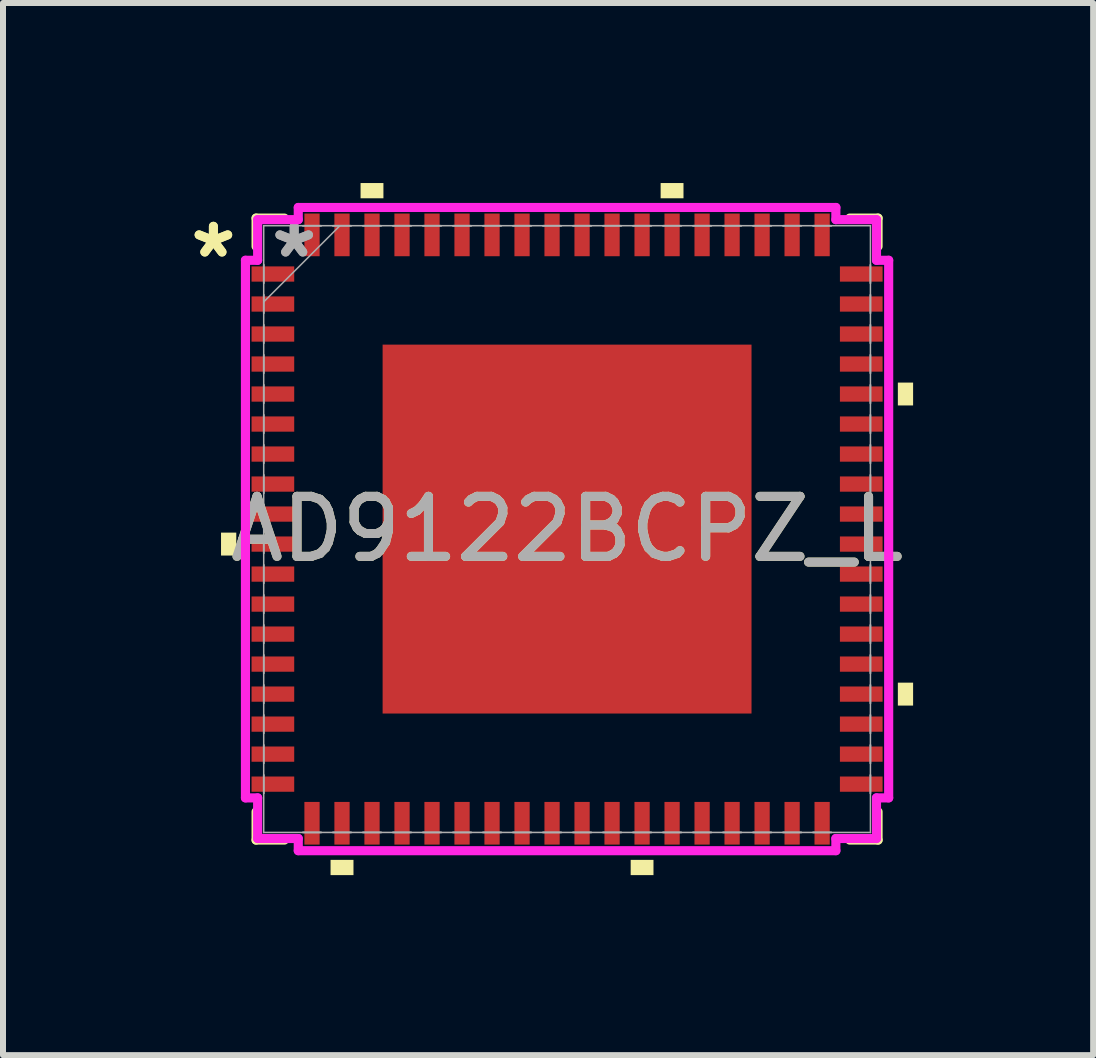
<source format=kicad_pcb>
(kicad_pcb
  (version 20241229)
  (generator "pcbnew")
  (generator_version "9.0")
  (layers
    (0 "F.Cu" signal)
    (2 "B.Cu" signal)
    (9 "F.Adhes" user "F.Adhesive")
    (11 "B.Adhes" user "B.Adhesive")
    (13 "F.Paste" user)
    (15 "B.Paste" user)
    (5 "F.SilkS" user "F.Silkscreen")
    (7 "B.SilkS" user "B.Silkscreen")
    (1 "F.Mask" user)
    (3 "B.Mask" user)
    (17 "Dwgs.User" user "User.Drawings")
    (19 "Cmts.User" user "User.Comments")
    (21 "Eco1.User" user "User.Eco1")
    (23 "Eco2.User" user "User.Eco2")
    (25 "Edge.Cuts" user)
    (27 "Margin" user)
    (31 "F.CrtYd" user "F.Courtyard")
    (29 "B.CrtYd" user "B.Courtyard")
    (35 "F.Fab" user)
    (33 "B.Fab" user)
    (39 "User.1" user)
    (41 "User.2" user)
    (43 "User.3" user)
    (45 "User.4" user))
  (footprint "AD9122BCPZ_L"
    (layer "F.Cu")
    (at 6.399 5.766)
    (property "Reference" "AD9122BCPZ_L" (at 0 0 0) (unlocked yes) (layer "F.SilkS") (effects (font (size 1 1) (thickness 0.15))))
    (attr smd)
    (fp_line (start -5.182 -5.182) (end -5.182 -4.71) (stroke (width 0.152) (type solid)) (layer "F.SilkS"))
    (fp_line (start -5.182 4.71) (end -5.182 5.182) (stroke (width 0.152) (type solid)) (layer "F.SilkS"))
    (fp_line (start -5.182 5.182) (end -4.71 5.182) (stroke (width 0.152) (type solid)) (layer "F.SilkS"))
    (fp_line (start -4.71 -5.182) (end -5.182 -5.182) (stroke (width 0.152) (type solid)) (layer "F.SilkS"))
    (fp_line (start 4.71 5.182) (end 5.182 5.182) (stroke (width 0.152) (type solid)) (layer "F.SilkS"))
    (fp_line (start 5.182 -5.182) (end 4.71 -5.182) (stroke (width 0.152) (type solid)) (layer "F.SilkS"))
    (fp_line (start 5.182 -4.71) (end 5.182 -5.182) (stroke (width 0.152) (type solid)) (layer "F.SilkS"))
    (fp_line (start 5.182 5.182) (end 5.182 4.71) (stroke (width 0.152) (type solid)) (layer "F.SilkS"))
    (fp_poly (pts (xy -5.766 0.059) (xy -5.766 0.441) (xy -5.512 0.441) (xy -5.512 0.059)) (stroke (width 0) (type solid)) (fill yes) (layer "F.SilkS"))
    (fp_poly (pts (xy -3.941 5.512) (xy -3.941 5.766) (xy -3.559 5.766) (xy -3.559 5.512)) (stroke (width 0) (type solid)) (fill yes) (layer "F.SilkS"))
    (fp_poly (pts (xy -3.441 -5.512) (xy -3.441 -5.766) (xy -3.06 -5.766) (xy -3.06 -5.512)) (stroke (width 0) (type solid)) (fill yes) (layer "F.SilkS"))
    (fp_poly (pts (xy 1.06 5.512) (xy 1.06 5.766) (xy 1.44 5.766) (xy 1.44 5.512)) (stroke (width 0) (type solid)) (fill yes) (layer "F.SilkS"))
    (fp_poly (pts (xy 1.559 -5.512) (xy 1.559 -5.766) (xy 1.94 -5.766) (xy 1.94 -5.512)) (stroke (width 0) (type solid)) (fill yes) (layer "F.SilkS"))
    (fp_poly (pts (xy 5.766 -2.441) (xy 5.766 -2.06) (xy 5.512 -2.06) (xy 5.512 -2.441)) (stroke (width 0) (type solid)) (fill yes) (layer "F.SilkS"))
    (fp_poly (pts (xy 5.766 2.559) (xy 5.766 2.941) (xy 5.512 2.941) (xy 5.512 2.559)) (stroke (width 0) (type solid)) (fill yes) (layer "F.SilkS"))
    (fp_poly (pts (xy -2.973 -2.973) (xy -2.973 -1.637) (xy -1.637 -1.637) (xy -1.637 -2.973)) (stroke (width 0) (type solid)) (fill yes) (layer "F.Paste"))
    (fp_poly (pts (xy -2.973 -1.437) (xy -2.973 -0.1) (xy -1.637 -0.1) (xy -1.637 -1.437)) (stroke (width 0) (type solid)) (fill yes) (layer "F.Paste"))
    (fp_poly (pts (xy -2.973 0.1) (xy -2.973 1.437) (xy -1.637 1.437) (xy -1.637 0.1)) (stroke (width 0) (type solid)) (fill yes) (layer "F.Paste"))
    (fp_poly (pts (xy -2.973 1.637) (xy -2.973 2.973) (xy -1.637 2.973) (xy -1.637 1.637)) (stroke (width 0) (type solid)) (fill yes) (layer "F.Paste"))
    (fp_poly (pts (xy -1.437 -2.973) (xy -1.437 -1.637) (xy -0.1 -1.637) (xy -0.1 -2.973)) (stroke (width 0) (type solid)) (fill yes) (layer "F.Paste"))
    (fp_poly (pts (xy -1.437 -1.437) (xy -1.437 -0.1) (xy -0.1 -0.1) (xy -0.1 -1.437)) (stroke (width 0) (type solid)) (fill yes) (layer "F.Paste"))
    (fp_poly (pts (xy -1.437 0.1) (xy -1.437 1.437) (xy -0.1 1.437) (xy -0.1 0.1)) (stroke (width 0) (type solid)) (fill yes) (layer "F.Paste"))
    (fp_poly (pts (xy -1.437 1.637) (xy -1.437 2.973) (xy -0.1 2.973) (xy -0.1 1.637)) (stroke (width 0) (type solid)) (fill yes) (layer "F.Paste"))
    (fp_poly (pts (xy 0.1 -2.973) (xy 0.1 -1.637) (xy 1.437 -1.637) (xy 1.437 -2.973)) (stroke (width 0) (type solid)) (fill yes) (layer "F.Paste"))
    (fp_poly (pts (xy 0.1 -1.437) (xy 0.1 -0.1) (xy 1.437 -0.1) (xy 1.437 -1.437)) (stroke (width 0) (type solid)) (fill yes) (layer "F.Paste"))
    (fp_poly (pts (xy 0.1 0.1) (xy 0.1 1.437) (xy 1.437 1.437) (xy 1.437 0.1)) (stroke (width 0) (type solid)) (fill yes) (layer "F.Paste"))
    (fp_poly (pts (xy 0.1 1.637) (xy 0.1 2.973) (xy 1.437 2.973) (xy 1.437 1.637)) (stroke (width 0) (type solid)) (fill yes) (layer "F.Paste"))
    (fp_poly (pts (xy 1.637 -2.973) (xy 1.637 -1.637) (xy 2.973 -1.637) (xy 2.973 -2.973)) (stroke (width 0) (type solid)) (fill yes) (layer "F.Paste"))
    (fp_poly (pts (xy 1.637 -1.437) (xy 1.637 -0.1) (xy 2.973 -0.1) (xy 2.973 -1.437)) (stroke (width 0) (type solid)) (fill yes) (layer "F.Paste"))
    (fp_poly (pts (xy 1.637 0.1) (xy 1.637 1.437) (xy 2.973 1.437) (xy 2.973 0.1)) (stroke (width 0) (type solid)) (fill yes) (layer "F.Paste"))
    (fp_poly (pts (xy 1.637 1.637) (xy 1.637 2.973) (xy 2.973 2.973) (xy 2.973 1.637)) (stroke (width 0) (type solid)) (fill yes) (layer "F.Paste"))
    (fp_line (start -5.359 -4.479) (end -5.156 -4.479) (stroke (width 0.152) (type solid)) (layer "F.CrtYd"))
    (fp_line (start -5.359 4.479) (end -5.359 -4.479) (stroke (width 0.152) (type solid)) (layer "F.CrtYd"))
    (fp_line (start -5.156 -5.156) (end -4.479 -5.156) (stroke (width 0.152) (type solid)) (layer "F.CrtYd"))
    (fp_line (start -5.156 -4.479) (end -5.156 -5.156) (stroke (width 0.152) (type solid)) (layer "F.CrtYd"))
    (fp_line (start -5.156 4.479) (end -5.359 4.479) (stroke (width 0.152) (type solid)) (layer "F.CrtYd"))
    (fp_line (start -5.156 5.156) (end -5.156 4.479) (stroke (width 0.152) (type solid)) (layer "F.CrtYd"))
    (fp_line (start -4.479 -5.359) (end 4.479 -5.359) (stroke (width 0.152) (type solid)) (layer "F.CrtYd"))
    (fp_line (start -4.479 -5.156) (end -4.479 -5.359) (stroke (width 0.152) (type solid)) (layer "F.CrtYd"))
    (fp_line (start -4.479 5.156) (end -5.156 5.156) (stroke (width 0.152) (type solid)) (layer "F.CrtYd"))
    (fp_line (start -4.479 5.359) (end -4.479 5.156) (stroke (width 0.152) (type solid)) (layer "F.CrtYd"))
    (fp_line (start 4.479 -5.359) (end 4.479 -5.156) (stroke (width 0.152) (type solid)) (layer "F.CrtYd"))
    (fp_line (start 4.479 -5.156) (end 5.156 -5.156) (stroke (width 0.152) (type solid)) (layer "F.CrtYd"))
    (fp_line (start 4.479 5.156) (end 4.479 5.359) (stroke (width 0.152) (type solid)) (layer "F.CrtYd"))
    (fp_line (start 4.479 5.359) (end -4.479 5.359) (stroke (width 0.152) (type solid)) (layer "F.CrtYd"))
    (fp_line (start 5.156 -5.156) (end 5.156 -4.479) (stroke (width 0.152) (type solid)) (layer "F.CrtYd"))
    (fp_line (start 5.156 -4.479) (end 5.359 -4.479) (stroke (width 0.152) (type solid)) (layer "F.CrtYd"))
    (fp_line (start 5.156 4.479) (end 5.156 5.156) (stroke (width 0.152) (type solid)) (layer "F.CrtYd"))
    (fp_line (start 5.156 5.156) (end 4.479 5.156) (stroke (width 0.152) (type solid)) (layer "F.CrtYd"))
    (fp_line (start 5.359 -4.479) (end 5.359 4.479) (stroke (width 0.152) (type solid)) (layer "F.CrtYd"))
    (fp_line (start 5.359 4.479) (end 5.156 4.479) (stroke (width 0.152) (type solid)) (layer "F.CrtYd"))
    (fp_line (start -5.055 -5.055) (end -5.055 -5.055) (stroke (width 0.025) (type solid)) (layer "F.Fab"))
    (fp_line (start -5.055 -5.055) (end -5.055 5.055) (stroke (width 0.025) (type solid)) (layer "F.Fab"))
    (fp_line (start -5.055 -4.402) (end -5.055 -4.402) (stroke (width 0.025) (type solid)) (layer "F.Fab"))
    (fp_line (start -5.055 -4.402) (end -5.055 -4.098) (stroke (width 0.025) (type solid)) (layer "F.Fab"))
    (fp_line (start -5.055 -4.098) (end -5.055 -4.402) (stroke (width 0.025) (type solid)) (layer "F.Fab"))
    (fp_line (start -5.055 -4.098) (end -5.055 -4.098) (stroke (width 0.025) (type solid)) (layer "F.Fab"))
    (fp_line (start -5.055 -3.902) (end -5.055 -3.902) (stroke (width 0.025) (type solid)) (layer "F.Fab"))
    (fp_line (start -5.055 -3.902) (end -5.055 -3.598) (stroke (width 0.025) (type solid)) (layer "F.Fab"))
    (fp_line (start -5.055 -3.785) (end -3.785 -5.055) (stroke (width 0.025) (type solid)) (layer "F.Fab"))
    (fp_line (start -5.055 -3.598) (end -5.055 -3.902) (stroke (width 0.025) (type solid)) (layer "F.Fab"))
    (fp_line (start -5.055 -3.598) (end -5.055 -3.598) (stroke (width 0.025) (type solid)) (layer "F.Fab"))
    (fp_line (start -5.055 -3.402) (end -5.055 -3.402) (stroke (width 0.025) (type solid)) (layer "F.Fab"))
    (fp_line (start -5.055 -3.402) (end -5.055 -3.098) (stroke (width 0.025) (type solid)) (layer "F.Fab"))
    (fp_line (start -5.055 -3.098) (end -5.055 -3.402) (stroke (width 0.025) (type solid)) (layer "F.Fab"))
    (fp_line (start -5.055 -3.098) (end -5.055 -3.098) (stroke (width 0.025) (type solid)) (layer "F.Fab"))
    (fp_line (start -5.055 -2.902) (end -5.055 -2.902) (stroke (width 0.025) (type solid)) (layer "F.Fab"))
    (fp_line (start -5.055 -2.902) (end -5.055 -2.598) (stroke (width 0.025) (type solid)) (layer "F.Fab"))
    (fp_line (start -5.055 -2.598) (end -5.055 -2.902) (stroke (width 0.025) (type solid)) (layer "F.Fab"))
    (fp_line (start -5.055 -2.598) (end -5.055 -2.598) (stroke (width 0.025) (type solid)) (layer "F.Fab"))
    (fp_line (start -5.055 -2.402) (end -5.055 -2.402) (stroke (width 0.025) (type solid)) (layer "F.Fab"))
    (fp_line (start -5.055 -2.402) (end -5.055 -2.098) (stroke (width 0.025) (type solid)) (layer "F.Fab"))
    (fp_line (start -5.055 -2.098) (end -5.055 -2.402) (stroke (width 0.025) (type solid)) (layer "F.Fab"))
    (fp_line (start -5.055 -2.098) (end -5.055 -2.098) (stroke (width 0.025) (type solid)) (layer "F.Fab"))
    (fp_line (start -5.055 -1.902) (end -5.055 -1.902) (stroke (width 0.025) (type solid)) (layer "F.Fab"))
    (fp_line (start -5.055 -1.902) (end -5.055 -1.598) (stroke (width 0.025) (type solid)) (layer "F.Fab"))
    (fp_line (start -5.055 -1.598) (end -5.055 -1.902) (stroke (width 0.025) (type solid)) (layer "F.Fab"))
    (fp_line (start -5.055 -1.598) (end -5.055 -1.598) (stroke (width 0.025) (type solid)) (layer "F.Fab"))
    (fp_line (start -5.055 -1.402) (end -5.055 -1.402) (stroke (width 0.025) (type solid)) (layer "F.Fab"))
    (fp_line (start -5.055 -1.402) (end -5.055 -1.098) (stroke (width 0.025) (type solid)) (layer "F.Fab"))
    (fp_line (start -5.055 -1.098) (end -5.055 -1.402) (stroke (width 0.025) (type solid)) (layer "F.Fab"))
    (fp_line (start -5.055 -1.098) (end -5.055 -1.098) (stroke (width 0.025) (type solid)) (layer "F.Fab"))
    (fp_line (start -5.055 -0.902) (end -5.055 -0.902) (stroke (width 0.025) (type solid)) (layer "F.Fab"))
    (fp_line (start -5.055 -0.902) (end -5.055 -0.598) (stroke (width 0.025) (type solid)) (layer "F.Fab"))
    (fp_line (start -5.055 -0.598) (end -5.055 -0.902) (stroke (width 0.025) (type solid)) (layer "F.Fab"))
    (fp_line (start -5.055 -0.598) (end -5.055 -0.598) (stroke (width 0.025) (type solid)) (layer "F.Fab"))
    (fp_line (start -5.055 -0.402) (end -5.055 -0.402) (stroke (width 0.025) (type solid)) (layer "F.Fab"))
    (fp_line (start -5.055 -0.402) (end -5.055 -0.098) (stroke (width 0.025) (type solid)) (layer "F.Fab"))
    (fp_line (start -5.055 -0.098) (end -5.055 -0.402) (stroke (width 0.025) (type solid)) (layer "F.Fab"))
    (fp_line (start -5.055 -0.098) (end -5.055 -0.098) (stroke (width 0.025) (type solid)) (layer "F.Fab"))
    (fp_line (start -5.055 0.098) (end -5.055 0.098) (stroke (width 0.025) (type solid)) (layer "F.Fab"))
    (fp_line (start -5.055 0.098) (end -5.055 0.402) (stroke (width 0.025) (type solid)) (layer "F.Fab"))
    (fp_line (start -5.055 0.402) (end -5.055 0.098) (stroke (width 0.025) (type solid)) (layer "F.Fab"))
    (fp_line (start -5.055 0.402) (end -5.055 0.402) (stroke (width 0.025) (type solid)) (layer "F.Fab"))
    (fp_line (start -5.055 0.598) (end -5.055 0.598) (stroke (width 0.025) (type solid)) (layer "F.Fab"))
    (fp_line (start -5.055 0.598) (end -5.055 0.902) (stroke (width 0.025) (type solid)) (layer "F.Fab"))
    (fp_line (start -5.055 0.902) (end -5.055 0.598) (stroke (width 0.025) (type solid)) (layer "F.Fab"))
    (fp_line (start -5.055 0.902) (end -5.055 0.902) (stroke (width 0.025) (type solid)) (layer "F.Fab"))
    (fp_line (start -5.055 1.098) (end -5.055 1.098) (stroke (width 0.025) (type solid)) (layer "F.Fab"))
    (fp_line (start -5.055 1.098) (end -5.055 1.402) (stroke (width 0.025) (type solid)) (layer "F.Fab"))
    (fp_line (start -5.055 1.402) (end -5.055 1.098) (stroke (width 0.025) (type solid)) (layer "F.Fab"))
    (fp_line (start -5.055 1.402) (end -5.055 1.402) (stroke (width 0.025) (type solid)) (layer "F.Fab"))
    (fp_line (start -5.055 1.598) (end -5.055 1.598) (stroke (width 0.025) (type solid)) (layer "F.Fab"))
    (fp_line (start -5.055 1.598) (end -5.055 1.902) (stroke (width 0.025) (type solid)) (layer "F.Fab"))
    (fp_line (start -5.055 1.902) (end -5.055 1.598) (stroke (width 0.025) (type solid)) (layer "F.Fab"))
    (fp_line (start -5.055 1.902) (end -5.055 1.902) (stroke (width 0.025) (type solid)) (layer "F.Fab"))
    (fp_line (start -5.055 2.098) (end -5.055 2.098) (stroke (width 0.025) (type solid)) (layer "F.Fab"))
    (fp_line (start -5.055 2.098) (end -5.055 2.402) (stroke (width 0.025) (type solid)) (layer "F.Fab"))
    (fp_line (start -5.055 2.402) (end -5.055 2.098) (stroke (width 0.025) (type solid)) (layer "F.Fab"))
    (fp_line (start -5.055 2.402) (end -5.055 2.402) (stroke (width 0.025) (type solid)) (layer "F.Fab"))
    (fp_line (start -5.055 2.598) (end -5.055 2.598) (stroke (width 0.025) (type solid)) (layer "F.Fab"))
    (fp_line (start -5.055 2.598) (end -5.055 2.902) (stroke (width 0.025) (type solid)) (layer "F.Fab"))
    (fp_line (start -5.055 2.902) (end -5.055 2.598) (stroke (width 0.025) (type solid)) (layer "F.Fab"))
    (fp_line (start -5.055 2.902) (end -5.055 2.902) (stroke (width 0.025) (type solid)) (layer "F.Fab"))
    (fp_line (start -5.055 3.098) (end -5.055 3.098) (stroke (width 0.025) (type solid)) (layer "F.Fab"))
    (fp_line (start -5.055 3.098) (end -5.055 3.402) (stroke (width 0.025) (type solid)) (layer "F.Fab"))
    (fp_line (start -5.055 3.402) (end -5.055 3.098) (stroke (width 0.025) (type solid)) (layer "F.Fab"))
    (fp_line (start -5.055 3.402) (end -5.055 3.402) (stroke (width 0.025) (type solid)) (layer "F.Fab"))
    (fp_line (start -5.055 3.598) (end -5.055 3.598) (stroke (width 0.025) (type solid)) (layer "F.Fab"))
    (fp_line (start -5.055 3.598) (end -5.055 3.902) (stroke (width 0.025) (type solid)) (layer "F.Fab"))
    (fp_line (start -5.055 3.902) (end -5.055 3.598) (stroke (width 0.025) (type solid)) (layer "F.Fab"))
    (fp_line (start -5.055 3.902) (end -5.055 3.902) (stroke (width 0.025) (type solid)) (layer "F.Fab"))
    (fp_line (start -5.055 4.098) (end -5.055 4.098) (stroke (width 0.025) (type solid)) (layer "F.Fab"))
    (fp_line (start -5.055 4.098) (end -5.055 4.402) (stroke (width 0.025) (type solid)) (layer "F.Fab"))
    (fp_line (start -5.055 4.402) (end -5.055 4.098) (stroke (width 0.025) (type solid)) (layer "F.Fab"))
    (fp_line (start -5.055 4.402) (end -5.055 4.402) (stroke (width 0.025) (type solid)) (layer "F.Fab"))
    (fp_line (start -5.055 5.055) (end -5.055 5.055) (stroke (width 0.025) (type solid)) (layer "F.Fab"))
    (fp_line (start -5.055 5.055) (end 5.055 5.055) (stroke (width 0.025) (type solid)) (layer "F.Fab"))
    (fp_line (start -4.402 -5.055) (end -4.402 -5.055) (stroke (width 0.025) (type solid)) (layer "F.Fab"))
    (fp_line (start -4.402 -5.055) (end -4.098 -5.055) (stroke (width 0.025) (type solid)) (layer "F.Fab"))
    (fp_line (start -4.402 5.055) (end -4.402 5.055) (stroke (width 0.025) (type solid)) (layer "F.Fab"))
    (fp_line (start -4.402 5.055) (end -4.098 5.055) (stroke (width 0.025) (type solid)) (layer "F.Fab"))
    (fp_line (start -4.098 -5.055) (end -4.402 -5.055) (stroke (width 0.025) (type solid)) (layer "F.Fab"))
    (fp_line (start -4.098 -5.055) (end -4.098 -5.055) (stroke (width 0.025) (type solid)) (layer "F.Fab"))
    (fp_line (start -4.098 5.055) (end -4.402 5.055) (stroke (width 0.025) (type solid)) (layer "F.Fab"))
    (fp_line (start -4.098 5.055) (end -4.098 5.055) (stroke (width 0.025) (type solid)) (layer "F.Fab"))
    (fp_line (start -3.902 -5.055) (end -3.902 -5.055) (stroke (width 0.025) (type solid)) (layer "F.Fab"))
    (fp_line (start -3.902 -5.055) (end -3.598 -5.055) (stroke (width 0.025) (type solid)) (layer "F.Fab"))
    (fp_line (start -3.902 5.055) (end -3.902 5.055) (stroke (width 0.025) (type solid)) (layer "F.Fab"))
    (fp_line (start -3.902 5.055) (end -3.598 5.055) (stroke (width 0.025) (type solid)) (layer "F.Fab"))
    (fp_line (start -3.598 -5.055) (end -3.902 -5.055) (stroke (width 0.025) (type solid)) (layer "F.Fab"))
    (fp_line (start -3.598 -5.055) (end -3.598 -5.055) (stroke (width 0.025) (type solid)) (layer "F.Fab"))
    (fp_line (start -3.598 5.055) (end -3.902 5.055) (stroke (width 0.025) (type solid)) (layer "F.Fab"))
    (fp_line (start -3.598 5.055) (end -3.598 5.055) (stroke (width 0.025) (type solid)) (layer "F.Fab"))
    (fp_line (start -3.402 -5.055) (end -3.402 -5.055) (stroke (width 0.025) (type solid)) (layer "F.Fab"))
    (fp_line (start -3.402 -5.055) (end -3.098 -5.055) (stroke (width 0.025) (type solid)) (layer "F.Fab"))
    (fp_line (start -3.402 5.055) (end -3.402 5.055) (stroke (width 0.025) (type solid)) (layer "F.Fab"))
    (fp_line (start -3.402 5.055) (end -3.098 5.055) (stroke (width 0.025) (type solid)) (layer "F.Fab"))
    (fp_line (start -3.098 -5.055) (end -3.402 -5.055) (stroke (width 0.025) (type solid)) (layer "F.Fab"))
    (fp_line (start -3.098 -5.055) (end -3.098 -5.055) (stroke (width 0.025) (type solid)) (layer "F.Fab"))
    (fp_line (start -3.098 5.055) (end -3.402 5.055) (stroke (width 0.025) (type solid)) (layer "F.Fab"))
    (fp_line (start -3.098 5.055) (end -3.098 5.055) (stroke (width 0.025) (type solid)) (layer "F.Fab"))
    (fp_line (start -2.902 -5.055) (end -2.902 -5.055) (stroke (width 0.025) (type solid)) (layer "F.Fab"))
    (fp_line (start -2.902 -5.055) (end -2.598 -5.055) (stroke (width 0.025) (type solid)) (layer "F.Fab"))
    (fp_line (start -2.902 5.055) (end -2.902 5.055) (stroke (width 0.025) (type solid)) (layer "F.Fab"))
    (fp_line (start -2.902 5.055) (end -2.598 5.055) (stroke (width 0.025) (type solid)) (layer "F.Fab"))
    (fp_line (start -2.598 -5.055) (end -2.902 -5.055) (stroke (width 0.025) (type solid)) (layer "F.Fab"))
    (fp_line (start -2.598 -5.055) (end -2.598 -5.055) (stroke (width 0.025) (type solid)) (layer "F.Fab"))
    (fp_line (start -2.598 5.055) (end -2.902 5.055) (stroke (width 0.025) (type solid)) (layer "F.Fab"))
    (fp_line (start -2.598 5.055) (end -2.598 5.055) (stroke (width 0.025) (type solid)) (layer "F.Fab"))
    (fp_line (start -2.402 -5.055) (end -2.402 -5.055) (stroke (width 0.025) (type solid)) (layer "F.Fab"))
    (fp_line (start -2.402 -5.055) (end -2.098 -5.055) (stroke (width 0.025) (type solid)) (layer "F.Fab"))
    (fp_line (start -2.402 5.055) (end -2.402 5.055) (stroke (width 0.025) (type solid)) (layer "F.Fab"))
    (fp_line (start -2.402 5.055) (end -2.098 5.055) (stroke (width 0.025) (type solid)) (layer "F.Fab"))
    (fp_line (start -2.098 -5.055) (end -2.402 -5.055) (stroke (width 0.025) (type solid)) (layer "F.Fab"))
    (fp_line (start -2.098 -5.055) (end -2.098 -5.055) (stroke (width 0.025) (type solid)) (layer "F.Fab"))
    (fp_line (start -2.098 5.055) (end -2.402 5.055) (stroke (width 0.025) (type solid)) (layer "F.Fab"))
    (fp_line (start -2.098 5.055) (end -2.098 5.055) (stroke (width 0.025) (type solid)) (layer "F.Fab"))
    (fp_line (start -1.902 -5.055) (end -1.902 -5.055) (stroke (width 0.025) (type solid)) (layer "F.Fab"))
    (fp_line (start -1.902 -5.055) (end -1.598 -5.055) (stroke (width 0.025) (type solid)) (layer "F.Fab"))
    (fp_line (start -1.902 5.055) (end -1.902 5.055) (stroke (width 0.025) (type solid)) (layer "F.Fab"))
    (fp_line (start -1.902 5.055) (end -1.598 5.055) (stroke (width 0.025) (type solid)) (layer "F.Fab"))
    (fp_line (start -1.598 -5.055) (end -1.902 -5.055) (stroke (width 0.025) (type solid)) (layer "F.Fab"))
    (fp_line (start -1.598 -5.055) (end -1.598 -5.055) (stroke (width 0.025) (type solid)) (layer "F.Fab"))
    (fp_line (start -1.598 5.055) (end -1.902 5.055) (stroke (width 0.025) (type solid)) (layer "F.Fab"))
    (fp_line (start -1.598 5.055) (end -1.598 5.055) (stroke (width 0.025) (type solid)) (layer "F.Fab"))
    (fp_line (start -1.402 -5.055) (end -1.402 -5.055) (stroke (width 0.025) (type solid)) (layer "F.Fab"))
    (fp_line (start -1.402 -5.055) (end -1.098 -5.055) (stroke (width 0.025) (type solid)) (layer "F.Fab"))
    (fp_line (start -1.402 5.055) (end -1.402 5.055) (stroke (width 0.025) (type solid)) (layer "F.Fab"))
    (fp_line (start -1.402 5.055) (end -1.098 5.055) (stroke (width 0.025) (type solid)) (layer "F.Fab"))
    (fp_line (start -1.098 -5.055) (end -1.402 -5.055) (stroke (width 0.025) (type solid)) (layer "F.Fab"))
    (fp_line (start -1.098 -5.055) (end -1.098 -5.055) (stroke (width 0.025) (type solid)) (layer "F.Fab"))
    (fp_line (start -1.098 5.055) (end -1.402 5.055) (stroke (width 0.025) (type solid)) (layer "F.Fab"))
    (fp_line (start -1.098 5.055) (end -1.098 5.055) (stroke (width 0.025) (type solid)) (layer "F.Fab"))
    (fp_line (start -0.902 -5.055) (end -0.902 -5.055) (stroke (width 0.025) (type solid)) (layer "F.Fab"))
    (fp_line (start -0.902 -5.055) (end -0.598 -5.055) (stroke (width 0.025) (type solid)) (layer "F.Fab"))
    (fp_line (start -0.902 5.055) (end -0.902 5.055) (stroke (width 0.025) (type solid)) (layer "F.Fab"))
    (fp_line (start -0.902 5.055) (end -0.598 5.055) (stroke (width 0.025) (type solid)) (layer "F.Fab"))
    (fp_line (start -0.598 -5.055) (end -0.902 -5.055) (stroke (width 0.025) (type solid)) (layer "F.Fab"))
    (fp_line (start -0.598 -5.055) (end -0.598 -5.055) (stroke (width 0.025) (type solid)) (layer "F.Fab"))
    (fp_line (start -0.598 5.055) (end -0.902 5.055) (stroke (width 0.025) (type solid)) (layer "F.Fab"))
    (fp_line (start -0.598 5.055) (end -0.598 5.055) (stroke (width 0.025) (type solid)) (layer "F.Fab"))
    (fp_line (start -0.402 -5.055) (end -0.402 -5.055) (stroke (width 0.025) (type solid)) (layer "F.Fab"))
    (fp_line (start -0.402 -5.055) (end -0.098 -5.055) (stroke (width 0.025) (type solid)) (layer "F.Fab"))
    (fp_line (start -0.402 5.055) (end -0.402 5.055) (stroke (width 0.025) (type solid)) (layer "F.Fab"))
    (fp_line (start -0.402 5.055) (end -0.098 5.055) (stroke (width 0.025) (type solid)) (layer "F.Fab"))
    (fp_line (start -0.098 -5.055) (end -0.402 -5.055) (stroke (width 0.025) (type solid)) (layer "F.Fab"))
    (fp_line (start -0.098 -5.055) (end -0.098 -5.055) (stroke (width 0.025) (type solid)) (layer "F.Fab"))
    (fp_line (start -0.098 5.055) (end -0.402 5.055) (stroke (width 0.025) (type solid)) (layer "F.Fab"))
    (fp_line (start -0.098 5.055) (end -0.098 5.055) (stroke (width 0.025) (type solid)) (layer "F.Fab"))
    (fp_line (start 0.098 -5.055) (end 0.098 -5.055) (stroke (width 0.025) (type solid)) (layer "F.Fab"))
    (fp_line (start 0.098 -5.055) (end 0.402 -5.055) (stroke (width 0.025) (type solid)) (layer "F.Fab"))
    (fp_line (start 0.098 5.055) (end 0.098 5.055) (stroke (width 0.025) (type solid)) (layer "F.Fab"))
    (fp_line (start 0.098 5.055) (end 0.402 5.055) (stroke (width 0.025) (type solid)) (layer "F.Fab"))
    (fp_line (start 0.402 -5.055) (end 0.098 -5.055) (stroke (width 0.025) (type solid)) (layer "F.Fab"))
    (fp_line (start 0.402 -5.055) (end 0.402 -5.055) (stroke (width 0.025) (type solid)) (layer "F.Fab"))
    (fp_line (start 0.402 5.055) (end 0.098 5.055) (stroke (width 0.025) (type solid)) (layer "F.Fab"))
    (fp_line (start 0.402 5.055) (end 0.402 5.055) (stroke (width 0.025) (type solid)) (layer "F.Fab"))
    (fp_line (start 0.598 -5.055) (end 0.598 -5.055) (stroke (width 0.025) (type solid)) (layer "F.Fab"))
    (fp_line (start 0.598 -5.055) (end 0.902 -5.055) (stroke (width 0.025) (type solid)) (layer "F.Fab"))
    (fp_line (start 0.598 5.055) (end 0.598 5.055) (stroke (width 0.025) (type solid)) (layer "F.Fab"))
    (fp_line (start 0.598 5.055) (end 0.902 5.055) (stroke (width 0.025) (type solid)) (layer "F.Fab"))
    (fp_line (start 0.902 -5.055) (end 0.598 -5.055) (stroke (width 0.025) (type solid)) (layer "F.Fab"))
    (fp_line (start 0.902 -5.055) (end 0.902 -5.055) (stroke (width 0.025) (type solid)) (layer "F.Fab"))
    (fp_line (start 0.902 5.055) (end 0.598 5.055) (stroke (width 0.025) (type solid)) (layer "F.Fab"))
    (fp_line (start 0.902 5.055) (end 0.902 5.055) (stroke (width 0.025) (type solid)) (layer "F.Fab"))
    (fp_line (start 1.098 -5.055) (end 1.098 -5.055) (stroke (width 0.025) (type solid)) (layer "F.Fab"))
    (fp_line (start 1.098 -5.055) (end 1.402 -5.055) (stroke (width 0.025) (type solid)) (layer "F.Fab"))
    (fp_line (start 1.098 5.055) (end 1.098 5.055) (stroke (width 0.025) (type solid)) (layer "F.Fab"))
    (fp_line (start 1.098 5.055) (end 1.402 5.055) (stroke (width 0.025) (type solid)) (layer "F.Fab"))
    (fp_line (start 1.402 -5.055) (end 1.098 -5.055) (stroke (width 0.025) (type solid)) (layer "F.Fab"))
    (fp_line (start 1.402 -5.055) (end 1.402 -5.055) (stroke (width 0.025) (type solid)) (layer "F.Fab"))
    (fp_line (start 1.402 5.055) (end 1.098 5.055) (stroke (width 0.025) (type solid)) (layer "F.Fab"))
    (fp_line (start 1.402 5.055) (end 1.402 5.055) (stroke (width 0.025) (type solid)) (layer "F.Fab"))
    (fp_line (start 1.598 -5.055) (end 1.598 -5.055) (stroke (width 0.025) (type solid)) (layer "F.Fab"))
    (fp_line (start 1.598 -5.055) (end 1.902 -5.055) (stroke (width 0.025) (type solid)) (layer "F.Fab"))
    (fp_line (start 1.598 5.055) (end 1.598 5.055) (stroke (width 0.025) (type solid)) (layer "F.Fab"))
    (fp_line (start 1.598 5.055) (end 1.902 5.055) (stroke (width 0.025) (type solid)) (layer "F.Fab"))
    (fp_line (start 1.902 -5.055) (end 1.598 -5.055) (stroke (width 0.025) (type solid)) (layer "F.Fab"))
    (fp_line (start 1.902 -5.055) (end 1.902 -5.055) (stroke (width 0.025) (type solid)) (layer "F.Fab"))
    (fp_line (start 1.902 5.055) (end 1.598 5.055) (stroke (width 0.025) (type solid)) (layer "F.Fab"))
    (fp_line (start 1.902 5.055) (end 1.902 5.055) (stroke (width 0.025) (type solid)) (layer "F.Fab"))
    (fp_line (start 2.098 -5.055) (end 2.098 -5.055) (stroke (width 0.025) (type solid)) (layer "F.Fab"))
    (fp_line (start 2.098 -5.055) (end 2.402 -5.055) (stroke (width 0.025) (type solid)) (layer "F.Fab"))
    (fp_line (start 2.098 5.055) (end 2.098 5.055) (stroke (width 0.025) (type solid)) (layer "F.Fab"))
    (fp_line (start 2.098 5.055) (end 2.402 5.055) (stroke (width 0.025) (type solid)) (layer "F.Fab"))
    (fp_line (start 2.402 -5.055) (end 2.098 -5.055) (stroke (width 0.025) (type solid)) (layer "F.Fab"))
    (fp_line (start 2.402 -5.055) (end 2.402 -5.055) (stroke (width 0.025) (type solid)) (layer "F.Fab"))
    (fp_line (start 2.402 5.055) (end 2.098 5.055) (stroke (width 0.025) (type solid)) (layer "F.Fab"))
    (fp_line (start 2.402 5.055) (end 2.402 5.055) (stroke (width 0.025) (type solid)) (layer "F.Fab"))
    (fp_line (start 2.598 -5.055) (end 2.598 -5.055) (stroke (width 0.025) (type solid)) (layer "F.Fab"))
    (fp_line (start 2.598 -5.055) (end 2.902 -5.055) (stroke (width 0.025) (type solid)) (layer "F.Fab"))
    (fp_line (start 2.598 5.055) (end 2.598 5.055) (stroke (width 0.025) (type solid)) (layer "F.Fab"))
    (fp_line (start 2.598 5.055) (end 2.902 5.055) (stroke (width 0.025) (type solid)) (layer "F.Fab"))
    (fp_line (start 2.902 -5.055) (end 2.598 -5.055) (stroke (width 0.025) (type solid)) (layer "F.Fab"))
    (fp_line (start 2.902 -5.055) (end 2.902 -5.055) (stroke (width 0.025) (type solid)) (layer "F.Fab"))
    (fp_line (start 2.902 5.055) (end 2.598 5.055) (stroke (width 0.025) (type solid)) (layer "F.Fab"))
    (fp_line (start 2.902 5.055) (end 2.902 5.055) (stroke (width 0.025) (type solid)) (layer "F.Fab"))
    (fp_line (start 3.098 -5.055) (end 3.098 -5.055) (stroke (width 0.025) (type solid)) (layer "F.Fab"))
    (fp_line (start 3.098 -5.055) (end 3.402 -5.055) (stroke (width 0.025) (type solid)) (layer "F.Fab"))
    (fp_line (start 3.098 5.055) (end 3.098 5.055) (stroke (width 0.025) (type solid)) (layer "F.Fab"))
    (fp_line (start 3.098 5.055) (end 3.402 5.055) (stroke (width 0.025) (type solid)) (layer "F.Fab"))
    (fp_line (start 3.402 -5.055) (end 3.098 -5.055) (stroke (width 0.025) (type solid)) (layer "F.Fab"))
    (fp_line (start 3.402 -5.055) (end 3.402 -5.055) (stroke (width 0.025) (type solid)) (layer "F.Fab"))
    (fp_line (start 3.402 5.055) (end 3.098 5.055) (stroke (width 0.025) (type solid)) (layer "F.Fab"))
    (fp_line (start 3.402 5.055) (end 3.402 5.055) (stroke (width 0.025) (type solid)) (layer "F.Fab"))
    (fp_line (start 3.598 -5.055) (end 3.598 -5.055) (stroke (width 0.025) (type solid)) (layer "F.Fab"))
    (fp_line (start 3.598 -5.055) (end 3.902 -5.055) (stroke (width 0.025) (type solid)) (layer "F.Fab"))
    (fp_line (start 3.598 5.055) (end 3.598 5.055) (stroke (width 0.025) (type solid)) (layer "F.Fab"))
    (fp_line (start 3.598 5.055) (end 3.902 5.055) (stroke (width 0.025) (type solid)) (layer "F.Fab"))
    (fp_line (start 3.902 -5.055) (end 3.598 -5.055) (stroke (width 0.025) (type solid)) (layer "F.Fab"))
    (fp_line (start 3.902 -5.055) (end 3.902 -5.055) (stroke (width 0.025) (type solid)) (layer "F.Fab"))
    (fp_line (start 3.902 5.055) (end 3.598 5.055) (stroke (width 0.025) (type solid)) (layer "F.Fab"))
    (fp_line (start 3.902 5.055) (end 3.902 5.055) (stroke (width 0.025) (type solid)) (layer "F.Fab"))
    (fp_line (start 4.098 -5.055) (end 4.098 -5.055) (stroke (width 0.025) (type solid)) (layer "F.Fab"))
    (fp_line (start 4.098 -5.055) (end 4.402 -5.055) (stroke (width 0.025) (type solid)) (layer "F.Fab"))
    (fp_line (start 4.098 5.055) (end 4.098 5.055) (stroke (width 0.025) (type solid)) (layer "F.Fab"))
    (fp_line (start 4.098 5.055) (end 4.402 5.055) (stroke (width 0.025) (type solid)) (layer "F.Fab"))
    (fp_line (start 4.402 -5.055) (end 4.098 -5.055) (stroke (width 0.025) (type solid)) (layer "F.Fab"))
    (fp_line (start 4.402 -5.055) (end 4.402 -5.055) (stroke (width 0.025) (type solid)) (layer "F.Fab"))
    (fp_line (start 4.402 5.055) (end 4.098 5.055) (stroke (width 0.025) (type solid)) (layer "F.Fab"))
    (fp_line (start 4.402 5.055) (end 4.402 5.055) (stroke (width 0.025) (type solid)) (layer "F.Fab"))
    (fp_line (start 5.055 -5.055) (end -5.055 -5.055) (stroke (width 0.025) (type solid)) (layer "F.Fab"))
    (fp_line (start 5.055 -5.055) (end 5.055 -5.055) (stroke (width 0.025) (type solid)) (layer "F.Fab"))
    (fp_line (start 5.055 -4.402) (end 5.055 -4.402) (stroke (width 0.025) (type solid)) (layer "F.Fab"))
    (fp_line (start 5.055 -4.402) (end 5.055 -4.098) (stroke (width 0.025) (type solid)) (layer "F.Fab"))
    (fp_line (start 5.055 -4.098) (end 5.055 -4.402) (stroke (width 0.025) (type solid)) (layer "F.Fab"))
    (fp_line (start 5.055 -4.098) (end 5.055 -4.098) (stroke (width 0.025) (type solid)) (layer "F.Fab"))
    (fp_line (start 5.055 -3.902) (end 5.055 -3.902) (stroke (width 0.025) (type solid)) (layer "F.Fab"))
    (fp_line (start 5.055 -3.902) (end 5.055 -3.598) (stroke (width 0.025) (type solid)) (layer "F.Fab"))
    (fp_line (start 5.055 -3.598) (end 5.055 -3.902) (stroke (width 0.025) (type solid)) (layer "F.Fab"))
    (fp_line (start 5.055 -3.598) (end 5.055 -3.598) (stroke (width 0.025) (type solid)) (layer "F.Fab"))
    (fp_line (start 5.055 -3.402) (end 5.055 -3.402) (stroke (width 0.025) (type solid)) (layer "F.Fab"))
    (fp_line (start 5.055 -3.402) (end 5.055 -3.098) (stroke (width 0.025) (type solid)) (layer "F.Fab"))
    (fp_line (start 5.055 -3.098) (end 5.055 -3.402) (stroke (width 0.025) (type solid)) (layer "F.Fab"))
    (fp_line (start 5.055 -3.098) (end 5.055 -3.098) (stroke (width 0.025) (type solid)) (layer "F.Fab"))
    (fp_line (start 5.055 -2.902) (end 5.055 -2.902) (stroke (width 0.025) (type solid)) (layer "F.Fab"))
    (fp_line (start 5.055 -2.902) (end 5.055 -2.598) (stroke (width 0.025) (type solid)) (layer "F.Fab"))
    (fp_line (start 5.055 -2.598) (end 5.055 -2.902) (stroke (width 0.025) (type solid)) (layer "F.Fab"))
    (fp_line (start 5.055 -2.598) (end 5.055 -2.598) (stroke (width 0.025) (type solid)) (layer "F.Fab"))
    (fp_line (start 5.055 -2.402) (end 5.055 -2.402) (stroke (width 0.025) (type solid)) (layer "F.Fab"))
    (fp_line (start 5.055 -2.402) (end 5.055 -2.098) (stroke (width 0.025) (type solid)) (layer "F.Fab"))
    (fp_line (start 5.055 -2.098) (end 5.055 -2.402) (stroke (width 0.025) (type solid)) (layer "F.Fab"))
    (fp_line (start 5.055 -2.098) (end 5.055 -2.098) (stroke (width 0.025) (type solid)) (layer "F.Fab"))
    (fp_line (start 5.055 -1.902) (end 5.055 -1.902) (stroke (width 0.025) (type solid)) (layer "F.Fab"))
    (fp_line (start 5.055 -1.902) (end 5.055 -1.598) (stroke (width 0.025) (type solid)) (layer "F.Fab"))
    (fp_line (start 5.055 -1.598) (end 5.055 -1.902) (stroke (width 0.025) (type solid)) (layer "F.Fab"))
    (fp_line (start 5.055 -1.598) (end 5.055 -1.598) (stroke (width 0.025) (type solid)) (layer "F.Fab"))
    (fp_line (start 5.055 -1.402) (end 5.055 -1.402) (stroke (width 0.025) (type solid)) (layer "F.Fab"))
    (fp_line (start 5.055 -1.402) (end 5.055 -1.098) (stroke (width 0.025) (type solid)) (layer "F.Fab"))
    (fp_line (start 5.055 -1.098) (end 5.055 -1.402) (stroke (width 0.025) (type solid)) (layer "F.Fab"))
    (fp_line (start 5.055 -1.098) (end 5.055 -1.098) (stroke (width 0.025) (type solid)) (layer "F.Fab"))
    (fp_line (start 5.055 -0.902) (end 5.055 -0.902) (stroke (width 0.025) (type solid)) (layer "F.Fab"))
    (fp_line (start 5.055 -0.902) (end 5.055 -0.598) (stroke (width 0.025) (type solid)) (layer "F.Fab"))
    (fp_line (start 5.055 -0.598) (end 5.055 -0.902) (stroke (width 0.025) (type solid)) (layer "F.Fab"))
    (fp_line (start 5.055 -0.598) (end 5.055 -0.598) (stroke (width 0.025) (type solid)) (layer "F.Fab"))
    (fp_line (start 5.055 -0.402) (end 5.055 -0.402) (stroke (width 0.025) (type solid)) (layer "F.Fab"))
    (fp_line (start 5.055 -0.402) (end 5.055 -0.098) (stroke (width 0.025) (type solid)) (layer "F.Fab"))
    (fp_line (start 5.055 -0.098) (end 5.055 -0.402) (stroke (width 0.025) (type solid)) (layer "F.Fab"))
    (fp_line (start 5.055 -0.098) (end 5.055 -0.098) (stroke (width 0.025) (type solid)) (layer "F.Fab"))
    (fp_line (start 5.055 0.098) (end 5.055 0.098) (stroke (width 0.025) (type solid)) (layer "F.Fab"))
    (fp_line (start 5.055 0.098) (end 5.055 0.402) (stroke (width 0.025) (type solid)) (layer "F.Fab"))
    (fp_line (start 5.055 0.402) (end 5.055 0.098) (stroke (width 0.025) (type solid)) (layer "F.Fab"))
    (fp_line (start 5.055 0.402) (end 5.055 0.402) (stroke (width 0.025) (type solid)) (layer "F.Fab"))
    (fp_line (start 5.055 0.598) (end 5.055 0.598) (stroke (width 0.025) (type solid)) (layer "F.Fab"))
    (fp_line (start 5.055 0.598) (end 5.055 0.902) (stroke (width 0.025) (type solid)) (layer "F.Fab"))
    (fp_line (start 5.055 0.902) (end 5.055 0.598) (stroke (width 0.025) (type solid)) (layer "F.Fab"))
    (fp_line (start 5.055 0.902) (end 5.055 0.902) (stroke (width 0.025) (type solid)) (layer "F.Fab"))
    (fp_line (start 5.055 1.098) (end 5.055 1.098) (stroke (width 0.025) (type solid)) (layer "F.Fab"))
    (fp_line (start 5.055 1.098) (end 5.055 1.402) (stroke (width 0.025) (type solid)) (layer "F.Fab"))
    (fp_line (start 5.055 1.402) (end 5.055 1.098) (stroke (width 0.025) (type solid)) (layer "F.Fab"))
    (fp_line (start 5.055 1.402) (end 5.055 1.402) (stroke (width 0.025) (type solid)) (layer "F.Fab"))
    (fp_line (start 5.055 1.598) (end 5.055 1.598) (stroke (width 0.025) (type solid)) (layer "F.Fab"))
    (fp_line (start 5.055 1.598) (end 5.055 1.902) (stroke (width 0.025) (type solid)) (layer "F.Fab"))
    (fp_line (start 5.055 1.902) (end 5.055 1.598) (stroke (width 0.025) (type solid)) (layer "F.Fab"))
    (fp_line (start 5.055 1.902) (end 5.055 1.902) (stroke (width 0.025) (type solid)) (layer "F.Fab"))
    (fp_line (start 5.055 2.098) (end 5.055 2.098) (stroke (width 0.025) (type solid)) (layer "F.Fab"))
    (fp_line (start 5.055 2.098) (end 5.055 2.402) (stroke (width 0.025) (type solid)) (layer "F.Fab"))
    (fp_line (start 5.055 2.402) (end 5.055 2.098) (stroke (width 0.025) (type solid)) (layer "F.Fab"))
    (fp_line (start 5.055 2.402) (end 5.055 2.402) (stroke (width 0.025) (type solid)) (layer "F.Fab"))
    (fp_line (start 5.055 2.598) (end 5.055 2.598) (stroke (width 0.025) (type solid)) (layer "F.Fab"))
    (fp_line (start 5.055 2.598) (end 5.055 2.902) (stroke (width 0.025) (type solid)) (layer "F.Fab"))
    (fp_line (start 5.055 2.902) (end 5.055 2.598) (stroke (width 0.025) (type solid)) (layer "F.Fab"))
    (fp_line (start 5.055 2.902) (end 5.055 2.902) (stroke (width 0.025) (type solid)) (layer "F.Fab"))
    (fp_line (start 5.055 3.098) (end 5.055 3.098) (stroke (width 0.025) (type solid)) (layer "F.Fab"))
    (fp_line (start 5.055 3.098) (end 5.055 3.402) (stroke (width 0.025) (type solid)) (layer "F.Fab"))
    (fp_line (start 5.055 3.402) (end 5.055 3.098) (stroke (width 0.025) (type solid)) (layer "F.Fab"))
    (fp_line (start 5.055 3.402) (end 5.055 3.402) (stroke (width 0.025) (type solid)) (layer "F.Fab"))
    (fp_line (start 5.055 3.598) (end 5.055 3.598) (stroke (width 0.025) (type solid)) (layer "F.Fab"))
    (fp_line (start 5.055 3.598) (end 5.055 3.902) (stroke (width 0.025) (type solid)) (layer "F.Fab"))
    (fp_line (start 5.055 3.902) (end 5.055 3.598) (stroke (width 0.025) (type solid)) (layer "F.Fab"))
    (fp_line (start 5.055 3.902) (end 5.055 3.902) (stroke (width 0.025) (type solid)) (layer "F.Fab"))
    (fp_line (start 5.055 4.098) (end 5.055 4.098) (stroke (width 0.025) (type solid)) (layer "F.Fab"))
    (fp_line (start 5.055 4.098) (end 5.055 4.402) (stroke (width 0.025) (type solid)) (layer "F.Fab"))
    (fp_line (start 5.055 4.402) (end 5.055 4.098) (stroke (width 0.025) (type solid)) (layer "F.Fab"))
    (fp_line (start 5.055 4.402) (end 5.055 4.402) (stroke (width 0.025) (type solid)) (layer "F.Fab"))
    (fp_line (start 5.055 5.055) (end 5.055 -5.055) (stroke (width 0.025) (type solid)) (layer "F.Fab"))
    (fp_line (start 5.055 5.055) (end 5.055 5.055) (stroke (width 0.025) (type solid)) (layer "F.Fab"))
    (fp_text user "*" (at -5.893 -4.5 0) (unlocked yes) (layer "F.SilkS") (effects (font (size 1 1) (thickness 0.15))))
    (fp_text user "*" (at -5.893 -4.5 0) (layer "F.SilkS") (effects (font (size 1 1) (thickness 0.15))))
    (fp_text user "${REFERENCE}" (at 0 0 0) (unlocked yes) (layer "F.Fab") (effects (font (size 1 1) (thickness 0.15))))
    (fp_text user "*" (at -4.547 -4.5 0) (unlocked yes) (layer "F.Fab") (effects (font (size 1 1) (thickness 0.15))))
    (fp_text user "*" (at -4.547 -4.5 0) (layer "F.Fab") (effects (font (size 1 1) (thickness 0.15))))
    (pad "1" smd rect (at -4.902 -4.25 90) (size 0.254 0.711) (layers "F.Cu" "F.Mask" "F.Paste"))
    (pad "2" smd rect (at -4.902 -3.75 90) (size 0.254 0.711) (layers "F.Cu" "F.Mask" "F.Paste"))
    (pad "3" smd rect (at -4.902 -3.25 90) (size 0.254 0.711) (layers "F.Cu" "F.Mask" "F.Paste"))
    (pad "4" smd rect (at -4.902 -2.75 90) (size 0.254 0.711) (layers "F.Cu" "F.Mask" "F.Paste"))
    (pad "5" smd rect (at -4.902 -2.25 90) (size 0.254 0.711) (layers "F.Cu" "F.Mask" "F.Paste"))
    (pad "6" smd rect (at -4.902 -1.75 90) (size 0.254 0.711) (layers "F.Cu" "F.Mask" "F.Paste"))
    (pad "7" smd rect (at -4.902 -1.25 90) (size 0.254 0.711) (layers "F.Cu" "F.Mask" "F.Paste"))
    (pad "8" smd rect (at -4.902 -0.75 90) (size 0.254 0.711) (layers "F.Cu" "F.Mask" "F.Paste"))
    (pad "9" smd rect (at -4.902 -0.25 90) (size 0.254 0.711) (layers "F.Cu" "F.Mask" "F.Paste"))
    (pad "10" smd rect (at -4.902 0.25 90) (size 0.254 0.711) (layers "F.Cu" "F.Mask" "F.Paste"))
    (pad "11" smd rect (at -4.902 0.75 90) (size 0.254 0.711) (layers "F.Cu" "F.Mask" "F.Paste"))
    (pad "12" smd rect (at -4.902 1.25 90) (size 0.254 0.711) (layers "F.Cu" "F.Mask" "F.Paste"))
    (pad "13" smd rect (at -4.902 1.75 90) (size 0.254 0.711) (layers "F.Cu" "F.Mask" "F.Paste"))
    (pad "14" smd rect (at -4.902 2.25 90) (size 0.254 0.711) (layers "F.Cu" "F.Mask" "F.Paste"))
    (pad "15" smd rect (at -4.902 2.75 90) (size 0.254 0.711) (layers "F.Cu" "F.Mask" "F.Paste"))
    (pad "16" smd rect (at -4.902 3.25 90) (size 0.254 0.711) (layers "F.Cu" "F.Mask" "F.Paste"))
    (pad "17" smd rect (at -4.902 3.75 90) (size 0.254 0.711) (layers "F.Cu" "F.Mask" "F.Paste"))
    (pad "18" smd rect (at -4.902 4.25 90) (size 0.254 0.711) (layers "F.Cu" "F.Mask" "F.Paste"))
    (pad "19" smd rect (at -4.25 4.902) (size 0.254 0.711) (layers "F.Cu" "F.Mask" "F.Paste"))
    (pad "20" smd rect (at -3.75 4.902) (size 0.254 0.711) (layers "F.Cu" "F.Mask" "F.Paste"))
    (pad "21" smd rect (at -3.25 4.902) (size 0.254 0.711) (layers "F.Cu" "F.Mask" "F.Paste"))
    (pad "22" smd rect (at -2.75 4.902) (size 0.254 0.711) (layers "F.Cu" "F.Mask" "F.Paste"))
    (pad "23" smd rect (at -2.25 4.902) (size 0.254 0.711) (layers "F.Cu" "F.Mask" "F.Paste"))
    (pad "24" smd rect (at -1.75 4.902) (size 0.254 0.711) (layers "F.Cu" "F.Mask" "F.Paste"))
    (pad "25" smd rect (at -1.25 4.902) (size 0.254 0.711) (layers "F.Cu" "F.Mask" "F.Paste"))
    (pad "26" smd rect (at -0.75 4.902) (size 0.254 0.711) (layers "F.Cu" "F.Mask" "F.Paste"))
    (pad "27" smd rect (at -0.25 4.902) (size 0.254 0.711) (layers "F.Cu" "F.Mask" "F.Paste"))
    (pad "28" smd rect (at 0.25 4.902) (size 0.254 0.711) (layers "F.Cu" "F.Mask" "F.Paste"))
    (pad "29" smd rect (at 0.75 4.902) (size 0.254 0.711) (layers "F.Cu" "F.Mask" "F.Paste"))
    (pad "30" smd rect (at 1.25 4.902) (size 0.254 0.711) (layers "F.Cu" "F.Mask" "F.Paste"))
    (pad "31" smd rect (at 1.75 4.902) (size 0.254 0.711) (layers "F.Cu" "F.Mask" "F.Paste"))
    (pad "32" smd rect (at 2.25 4.902) (size 0.254 0.711) (layers "F.Cu" "F.Mask" "F.Paste"))
    (pad "33" smd rect (at 2.75 4.902) (size 0.254 0.711) (layers "F.Cu" "F.Mask" "F.Paste"))
    (pad "34" smd rect (at 3.25 4.902) (size 0.254 0.711) (layers "F.Cu" "F.Mask" "F.Paste"))
    (pad "35" smd rect (at 3.75 4.902) (size 0.254 0.711) (layers "F.Cu" "F.Mask" "F.Paste"))
    (pad "36" smd rect (at 4.25 4.902) (size 0.254 0.711) (layers "F.Cu" "F.Mask" "F.Paste"))
    (pad "37" smd rect (at 4.902 4.25 90) (size 0.254 0.711) (layers "F.Cu" "F.Mask" "F.Paste"))
    (pad "38" smd rect (at 4.902 3.75 90) (size 0.254 0.711) (layers "F.Cu" "F.Mask" "F.Paste"))
    (pad "39" smd rect (at 4.902 3.25 90) (size 0.254 0.711) (layers "F.Cu" "F.Mask" "F.Paste"))
    (pad "40" smd rect (at 4.902 2.75 90) (size 0.254 0.711) (layers "F.Cu" "F.Mask" "F.Paste"))
    (pad "41" smd rect (at 4.902 2.25 90) (size 0.254 0.711) (layers "F.Cu" "F.Mask" "F.Paste"))
    (pad "42" smd rect (at 4.902 1.75 90) (size 0.254 0.711) (layers "F.Cu" "F.Mask" "F.Paste"))
    (pad "43" smd rect (at 4.902 1.25 90) (size 0.254 0.711) (layers "F.Cu" "F.Mask" "F.Paste"))
    (pad "44" smd rect (at 4.902 0.75 90) (size 0.254 0.711) (layers "F.Cu" "F.Mask" "F.Paste"))
    (pad "45" smd rect (at 4.902 0.25 90) (size 0.254 0.711) (layers "F.Cu" "F.Mask" "F.Paste"))
    (pad "46" smd rect (at 4.902 -0.25 90) (size 0.254 0.711) (layers "F.Cu" "F.Mask" "F.Paste"))
    (pad "47" smd rect (at 4.902 -0.75 90) (size 0.254 0.711) (layers "F.Cu" "F.Mask" "F.Paste"))
    (pad "48" smd rect (at 4.902 -1.25 90) (size 0.254 0.711) (layers "F.Cu" "F.Mask" "F.Paste"))
    (pad "49" smd rect (at 4.902 -1.75 90) (size 0.254 0.711) (layers "F.Cu" "F.Mask" "F.Paste"))
    (pad "50" smd rect (at 4.902 -2.25 90) (size 0.254 0.711) (layers "F.Cu" "F.Mask" "F.Paste"))
    (pad "51" smd rect (at 4.902 -2.75 90) (size 0.254 0.711) (layers "F.Cu" "F.Mask" "F.Paste"))
    (pad "52" smd rect (at 4.902 -3.25 90) (size 0.254 0.711) (layers "F.Cu" "F.Mask" "F.Paste"))
    (pad "53" smd rect (at 4.902 -3.75 90) (size 0.254 0.711) (layers "F.Cu" "F.Mask" "F.Paste"))
    (pad "54" smd rect (at 4.902 -4.25 90) (size 0.254 0.711) (layers "F.Cu" "F.Mask" "F.Paste"))
    (pad "55" smd rect (at 4.25 -4.902) (size 0.254 0.711) (layers "F.Cu" "F.Mask" "F.Paste"))
    (pad "56" smd rect (at 3.75 -4.902) (size 0.254 0.711) (layers "F.Cu" "F.Mask" "F.Paste"))
    (pad "57" smd rect (at 3.25 -4.902) (size 0.254 0.711) (layers "F.Cu" "F.Mask" "F.Paste"))
    (pad "58" smd rect (at 2.75 -4.902) (size 0.254 0.711) (layers "F.Cu" "F.Mask" "F.Paste"))
    (pad "59" smd rect (at 2.25 -4.902) (size 0.254 0.711) (layers "F.Cu" "F.Mask" "F.Paste"))
    (pad "60" smd rect (at 1.75 -4.902) (size 0.254 0.711) (layers "F.Cu" "F.Mask" "F.Paste"))
    (pad "61" smd rect (at 1.25 -4.902) (size 0.254 0.711) (layers "F.Cu" "F.Mask" "F.Paste"))
    (pad "62" smd rect (at 0.75 -4.902) (size 0.254 0.711) (layers "F.Cu" "F.Mask" "F.Paste"))
    (pad "63" smd rect (at 0.25 -4.902) (size 0.254 0.711) (layers "F.Cu" "F.Mask" "F.Paste"))
    (pad "64" smd rect (at -0.25 -4.902) (size 0.254 0.711) (layers "F.Cu" "F.Mask" "F.Paste"))
    (pad "65" smd rect (at -0.75 -4.902) (size 0.254 0.711) (layers "F.Cu" "F.Mask" "F.Paste"))
    (pad "66" smd rect (at -1.25 -4.902) (size 0.254 0.711) (layers "F.Cu" "F.Mask" "F.Paste"))
    (pad "67" smd rect (at -1.75 -4.902) (size 0.254 0.711) (layers "F.Cu" "F.Mask" "F.Paste"))
    (pad "68" smd rect (at -2.25 -4.902) (size 0.254 0.711) (layers "F.Cu" "F.Mask" "F.Paste"))
    (pad "69" smd rect (at -2.75 -4.902) (size 0.254 0.711) (layers "F.Cu" "F.Mask" "F.Paste"))
    (pad "70" smd rect (at -3.25 -4.902) (size 0.254 0.711) (layers "F.Cu" "F.Mask" "F.Paste"))
    (pad "71" smd rect (at -3.75 -4.902) (size 0.254 0.711) (layers "F.Cu" "F.Mask" "F.Paste"))
    (pad "72" smd rect (at -4.25 -4.902) (size 0.254 0.711) (layers "F.Cu" "F.Mask" "F.Paste"))
    (pad "73" smd rect (at 0 0) (size 6.147 6.147) (layers "F.Cu" "F.Mask" "F.Paste")))
  (gr_rect
    (start -3 -3)
    (end 15.165 14.532)
    (stroke (width 0.1) (type default))
    (fill no)
    (layer "Edge.Cuts")))
</source>
